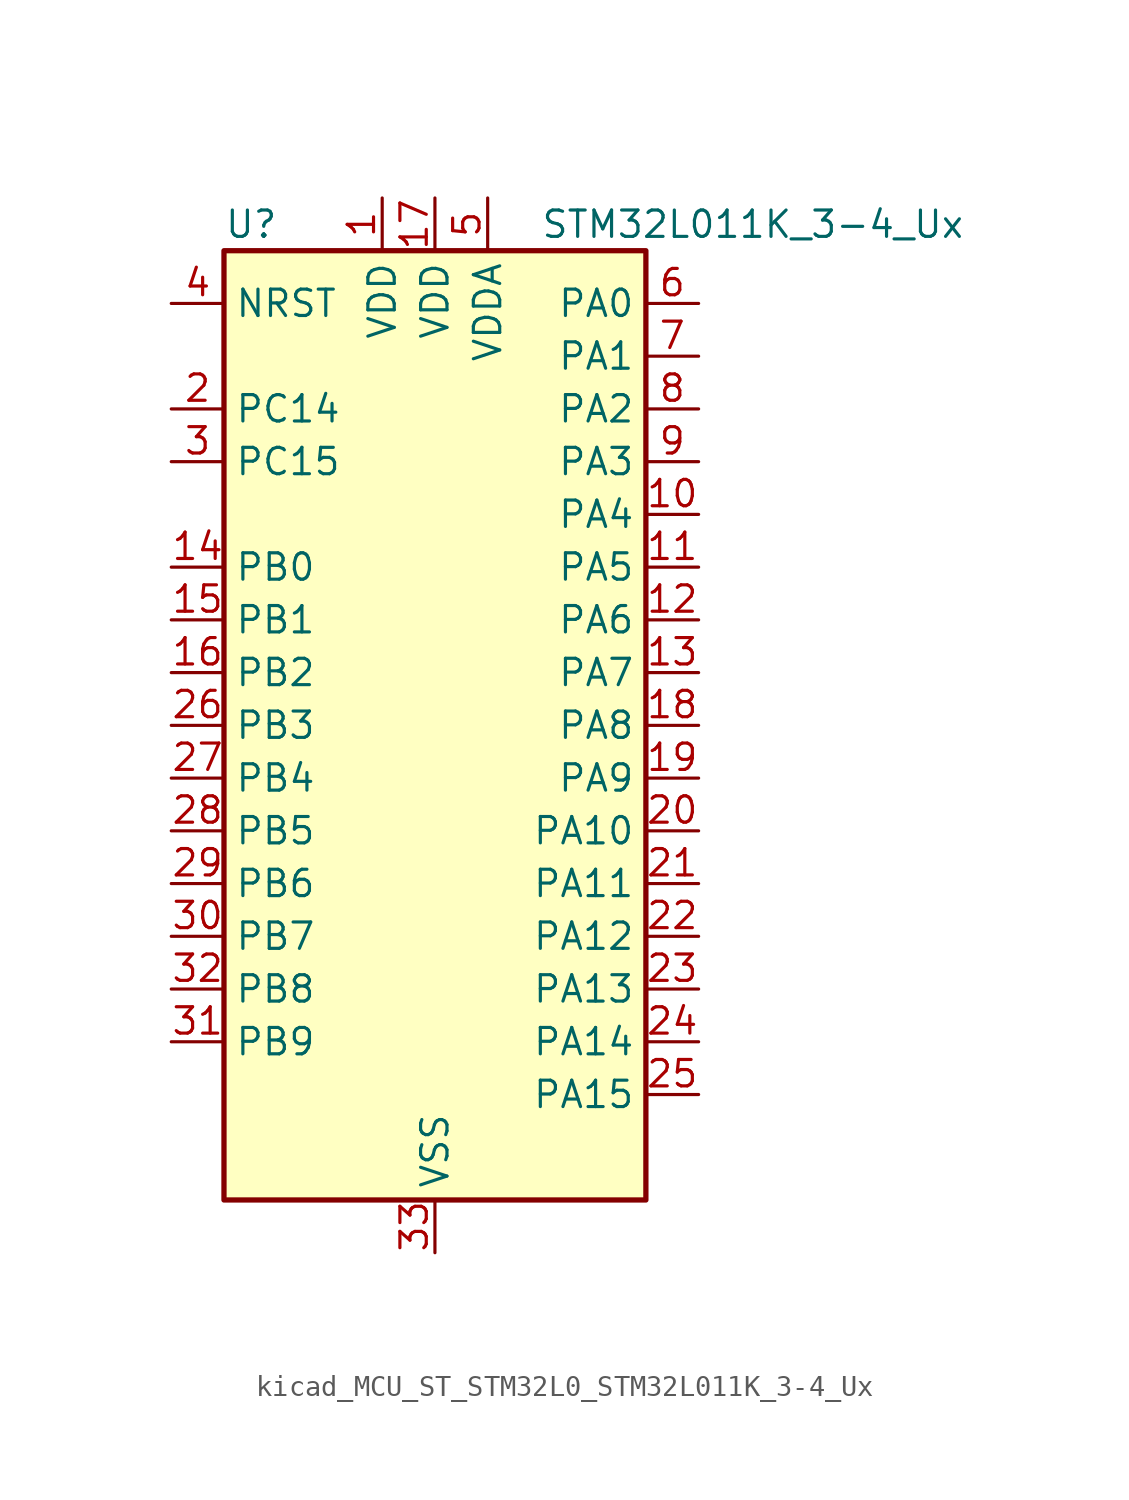
<source format=kicad_sym>
(kicad_symbol_lib
  (version 20220914)
  (generator kicad_symbol_editor)
  (symbol "kicad_MCU_ST_STM32L0_STM32L011K_3-4_Ux"
    (property "Reference" "U"
      (at -10.16 24.13 0)
      (effects (font (size 1.27 1.27)) (justify left)))
    (property "Value" "STM32L011K_3-4_Ux"
      (at 5.08 24.13 0)
      (effects (font (size 1.27 1.27)) (justify left)))
    (property "ki_locked" ""
      (at 0 0 0)
      (effects (font (size 1.27 1.27))))
    (symbol "kicad_MCU_ST_STM32L0_STM32L011K_3-4_Ux_0_1"
      (rectangle (start -10.16 -22.86) (end 10.16 22.86) (stroke (width 0.254) (type default)) (fill (type background))))
    (symbol "kicad_MCU_ST_STM32L0_STM32L011K_3-4_Ux_1_1"
      (pin power_in line (at -2.54 25.4 270) (length 2.54) (name "VDD" (effects (font (size 1.27 1.27)))) (number "1" (effects (font (size 1.27 1.27)))))
      (pin bidirectional line (at 12.7 10.16 180) (length 2.54) (name "PA4" (effects (font (size 1.27 1.27)))) (number "10" (effects (font (size 1.27 1.27)))) (alternate "ADC_IN4" bidirectional line) (alternate "COMP1_INM" bidirectional line) (alternate "COMP2_INM" bidirectional line) (alternate "COMP2_OUT" bidirectional line) (alternate "I2C1_SCL" bidirectional line) (alternate "LPTIM1_ETR" bidirectional line) (alternate "LPTIM1_IN1" bidirectional line) (alternate "LPUART1_TX" bidirectional line) (alternate "SPI1_NSS" bidirectional line) (alternate "TIM2_ETR" bidirectional line) (alternate "USART2_CK" bidirectional line))
      (pin bidirectional line (at 12.7 7.62 180) (length 2.54) (name "PA5" (effects (font (size 1.27 1.27)))) (number "11" (effects (font (size 1.27 1.27)))) (alternate "ADC_IN5" bidirectional line) (alternate "COMP1_INM" bidirectional line) (alternate "COMP2_INM" bidirectional line) (alternate "LPTIM1_IN2" bidirectional line) (alternate "SPI1_SCK" bidirectional line) (alternate "TIM2_CH1" bidirectional line) (alternate "TIM2_ETR" bidirectional line))
      (pin bidirectional line (at 12.7 5.08 180) (length 2.54) (name "PA6" (effects (font (size 1.27 1.27)))) (number "12" (effects (font (size 1.27 1.27)))) (alternate "ADC_IN6" bidirectional line) (alternate "COMP1_OUT" bidirectional line) (alternate "LPTIM1_ETR" bidirectional line) (alternate "LPUART1_CTS" bidirectional line) (alternate "SPI1_MISO" bidirectional line))
      (pin bidirectional line (at 12.7 2.54 180) (length 2.54) (name "PA7" (effects (font (size 1.27 1.27)))) (number "13" (effects (font (size 1.27 1.27)))) (alternate "ADC_IN7" bidirectional line) (alternate "COMP2_INP" bidirectional line) (alternate "COMP2_OUT" bidirectional line) (alternate "LPTIM1_OUT" bidirectional line) (alternate "SPI1_MOSI" bidirectional line) (alternate "TIM21_ETR" bidirectional line) (alternate "USART2_CTS" bidirectional line))
      (pin bidirectional line (at -12.7 7.62 0) (length 2.54) (name "PB0" (effects (font (size 1.27 1.27)))) (number "14" (effects (font (size 1.27 1.27)))) (alternate "ADC_IN8" bidirectional line) (alternate "SPI1_MISO" bidirectional line) (alternate "SYS_VREF_OUT_PB0" bidirectional line) (alternate "TIM2_CH2" bidirectional line) (alternate "TIM2_CH3" bidirectional line) (alternate "USART2_DE" bidirectional line) (alternate "USART2_RTS" bidirectional line))
      (pin bidirectional line (at -12.7 5.08 0) (length 2.54) (name "PB1" (effects (font (size 1.27 1.27)))) (number "15" (effects (font (size 1.27 1.27)))) (alternate "ADC_IN9" bidirectional line) (alternate "LPTIM1_IN1" bidirectional line) (alternate "LPUART1_DE" bidirectional line) (alternate "LPUART1_RTS" bidirectional line) (alternate "SPI1_MOSI" bidirectional line) (alternate "SYS_VREF_OUT_PB1" bidirectional line) (alternate "TIM2_CH4" bidirectional line) (alternate "USART2_CK" bidirectional line))
      (pin bidirectional line (at -12.7 2.54 0) (length 2.54) (name "PB2" (effects (font (size 1.27 1.27)))) (number "16" (effects (font (size 1.27 1.27)))) (alternate "LPTIM1_OUT" bidirectional line))
      (pin power_in line (at 0 25.4 270) (length 2.54) (name "VDD" (effects (font (size 1.27 1.27)))) (number "17" (effects (font (size 1.27 1.27)))))
      (pin bidirectional line (at 12.7 0 180) (length 2.54) (name "PA8" (effects (font (size 1.27 1.27)))) (number "18" (effects (font (size 1.27 1.27)))) (alternate "LPTIM1_IN1" bidirectional line) (alternate "RCC_MCO" bidirectional line) (alternate "TIM2_CH1" bidirectional line) (alternate "USART2_CK" bidirectional line))
      (pin bidirectional line (at 12.7 -2.54 180) (length 2.54) (name "PA9" (effects (font (size 1.27 1.27)))) (number "19" (effects (font (size 1.27 1.27)))) (alternate "COMP1_OUT" bidirectional line) (alternate "I2C1_SCL" bidirectional line) (alternate "LPTIM1_OUT" bidirectional line) (alternate "RCC_MCO" bidirectional line) (alternate "TIM21_CH2" bidirectional line) (alternate "USART2_TX" bidirectional line))
      (pin bidirectional line (at -12.7 15.24 0) (length 2.54) (name "PC14" (effects (font (size 1.27 1.27)))) (number "2" (effects (font (size 1.27 1.27)))) (alternate "RCC_OSC32_IN" bidirectional line))
      (pin bidirectional line (at 12.7 -5.08 180) (length 2.54) (name "PA10" (effects (font (size 1.27 1.27)))) (number "20" (effects (font (size 1.27 1.27)))) (alternate "COMP1_OUT" bidirectional line) (alternate "I2C1_SDA" bidirectional line) (alternate "RTC_REFIN" bidirectional line) (alternate "TIM21_CH1" bidirectional line) (alternate "TIM2_CH3" bidirectional line) (alternate "USART2_RX" bidirectional line))
      (pin bidirectional line (at 12.7 -7.62 180) (length 2.54) (name "PA11" (effects (font (size 1.27 1.27)))) (number "21" (effects (font (size 1.27 1.27)))) (alternate "ADC_EXTI11" bidirectional line) (alternate "COMP1_OUT" bidirectional line) (alternate "LPTIM1_OUT" bidirectional line) (alternate "SPI1_MISO" bidirectional line) (alternate "TIM21_CH2" bidirectional line) (alternate "USART2_CTS" bidirectional line))
      (pin bidirectional line (at 12.7 -10.16 180) (length 2.54) (name "PA12" (effects (font (size 1.27 1.27)))) (number "22" (effects (font (size 1.27 1.27)))) (alternate "COMP2_OUT" bidirectional line) (alternate "SPI1_MOSI" bidirectional line) (alternate "USART2_DE" bidirectional line) (alternate "USART2_RTS" bidirectional line))
      (pin bidirectional line (at 12.7 -12.7 180) (length 2.54) (name "PA13" (effects (font (size 1.27 1.27)))) (number "23" (effects (font (size 1.27 1.27)))) (alternate "COMP1_OUT" bidirectional line) (alternate "I2C1_SDA" bidirectional line) (alternate "LPTIM1_ETR" bidirectional line) (alternate "LPUART1_RX" bidirectional line) (alternate "SPI1_SCK" bidirectional line) (alternate "SYS_SWDIO" bidirectional line))
      (pin bidirectional line (at 12.7 -15.24 180) (length 2.54) (name "PA14" (effects (font (size 1.27 1.27)))) (number "24" (effects (font (size 1.27 1.27)))) (alternate "COMP2_OUT" bidirectional line) (alternate "I2C1_SMBA" bidirectional line) (alternate "LPTIM1_OUT" bidirectional line) (alternate "LPUART1_TX" bidirectional line) (alternate "SPI1_MISO" bidirectional line) (alternate "SYS_SWCLK" bidirectional line) (alternate "USART2_TX" bidirectional line))
      (pin bidirectional line (at 12.7 -17.78 180) (length 2.54) (name "PA15" (effects (font (size 1.27 1.27)))) (number "25" (effects (font (size 1.27 1.27)))) (alternate "SPI1_NSS" bidirectional line) (alternate "TIM2_CH1" bidirectional line) (alternate "TIM2_ETR" bidirectional line) (alternate "USART2_RX" bidirectional line))
      (pin bidirectional line (at -12.7 0 0) (length 2.54) (name "PB3" (effects (font (size 1.27 1.27)))) (number "26" (effects (font (size 1.27 1.27)))) (alternate "COMP2_INM" bidirectional line) (alternate "SPI1_SCK" bidirectional line) (alternate "TIM2_CH2" bidirectional line))
      (pin bidirectional line (at -12.7 -2.54 0) (length 2.54) (name "PB4" (effects (font (size 1.27 1.27)))) (number "27" (effects (font (size 1.27 1.27)))) (alternate "COMP2_INP" bidirectional line) (alternate "SPI1_MISO" bidirectional line))
      (pin bidirectional line (at -12.7 -5.08 0) (length 2.54) (name "PB5" (effects (font (size 1.27 1.27)))) (number "28" (effects (font (size 1.27 1.27)))) (alternate "COMP2_INP" bidirectional line) (alternate "I2C1_SMBA" bidirectional line) (alternate "LPTIM1_IN1" bidirectional line) (alternate "SPI1_MOSI" bidirectional line) (alternate "TIM21_CH1" bidirectional line))
      (pin bidirectional line (at -12.7 -7.62 0) (length 2.54) (name "PB6" (effects (font (size 1.27 1.27)))) (number "29" (effects (font (size 1.27 1.27)))) (alternate "COMP2_INP" bidirectional line) (alternate "I2C1_SCL" bidirectional line) (alternate "LPTIM1_ETR" bidirectional line) (alternate "LPUART1_TX" bidirectional line) (alternate "TIM2_CH3" bidirectional line) (alternate "USART2_TX" bidirectional line))
      (pin bidirectional line (at -12.7 12.7 0) (length 2.54) (name "PC15" (effects (font (size 1.27 1.27)))) (number "3" (effects (font (size 1.27 1.27)))) (alternate "RCC_OSC32_OUT" bidirectional line))
      (pin bidirectional line (at -12.7 -10.16 0) (length 2.54) (name "PB7" (effects (font (size 1.27 1.27)))) (number "30" (effects (font (size 1.27 1.27)))) (alternate "COMP2_INP" bidirectional line) (alternate "I2C1_SDA" bidirectional line) (alternate "LPTIM1_IN2" bidirectional line) (alternate "LPUART1_RX" bidirectional line) (alternate "SYS_PVD_IN" bidirectional line) (alternate "TIM2_CH4" bidirectional line) (alternate "USART2_RX" bidirectional line))
      (pin bidirectional line (at -12.7 -15.24 0) (length 2.54) (name "PB9" (effects (font (size 1.27 1.27)))) (number "31" (effects (font (size 1.27 1.27)))))
      (pin bidirectional line (at -12.7 -12.7 0) (length 2.54) (name "PB8" (effects (font (size 1.27 1.27)))) (number "32" (effects (font (size 1.27 1.27)))) (alternate "I2C1_SCL" bidirectional line) (alternate "SPI1_NSS" bidirectional line) (alternate "USART2_TX" bidirectional line))
      (pin power_in line (at 0 -25.4 90) (length 2.54) (name "VSS" (effects (font (size 1.27 1.27)))) (number "33" (effects (font (size 1.27 1.27)))))
      (pin input line (at -12.7 20.32 0) (length 2.54) (name "NRST" (effects (font (size 1.27 1.27)))) (number "4" (effects (font (size 1.27 1.27)))))
      (pin power_in line (at 2.54 25.4 270) (length 2.54) (name "VDDA" (effects (font (size 1.27 1.27)))) (number "5" (effects (font (size 1.27 1.27)))))
      (pin bidirectional line (at 12.7 20.32 180) (length 2.54) (name "PA0" (effects (font (size 1.27 1.27)))) (number "6" (effects (font (size 1.27 1.27)))) (alternate "ADC_IN0" bidirectional line) (alternate "COMP1_INM" bidirectional line) (alternate "COMP1_OUT" bidirectional line) (alternate "LPTIM1_IN1" bidirectional line) (alternate "LPUART1_RX" bidirectional line) (alternate "RCC_CK_IN" bidirectional line) (alternate "RTC_TAMP2" bidirectional line) (alternate "SYS_WKUP1" bidirectional line) (alternate "TIM2_CH1" bidirectional line) (alternate "TIM2_ETR" bidirectional line) (alternate "USART2_CTS" bidirectional line) (alternate "USART2_RX" bidirectional line))
      (pin bidirectional line (at 12.7 17.78 180) (length 2.54) (name "PA1" (effects (font (size 1.27 1.27)))) (number "7" (effects (font (size 1.27 1.27)))) (alternate "ADC_IN1" bidirectional line) (alternate "COMP1_INP" bidirectional line) (alternate "I2C1_SMBA" bidirectional line) (alternate "LPTIM1_IN2" bidirectional line) (alternate "LPUART1_TX" bidirectional line) (alternate "TIM21_ETR" bidirectional line) (alternate "TIM2_CH2" bidirectional line) (alternate "USART2_DE" bidirectional line) (alternate "USART2_RTS" bidirectional line))
      (pin bidirectional line (at 12.7 15.24 180) (length 2.54) (name "PA2" (effects (font (size 1.27 1.27)))) (number "8" (effects (font (size 1.27 1.27)))) (alternate "ADC_IN2" bidirectional line) (alternate "COMP2_INM" bidirectional line) (alternate "COMP2_OUT" bidirectional line) (alternate "LPUART1_TX" bidirectional line) (alternate "RTC_OUT_ALARM" bidirectional line) (alternate "RTC_OUT_CALIB" bidirectional line) (alternate "RTC_TAMP3" bidirectional line) (alternate "RTC_TS" bidirectional line) (alternate "SYS_WKUP3" bidirectional line) (alternate "TIM21_CH1" bidirectional line) (alternate "TIM2_CH3" bidirectional line) (alternate "USART2_TX" bidirectional line))
      (pin bidirectional line (at 12.7 12.7 180) (length 2.54) (name "PA3" (effects (font (size 1.27 1.27)))) (number "9" (effects (font (size 1.27 1.27)))) (alternate "ADC_IN3" bidirectional line) (alternate "COMP2_INP" bidirectional line) (alternate "LPUART1_RX" bidirectional line) (alternate "TIM21_CH2" bidirectional line) (alternate "TIM2_CH4" bidirectional line) (alternate "USART2_RX" bidirectional line)))))
</source>
